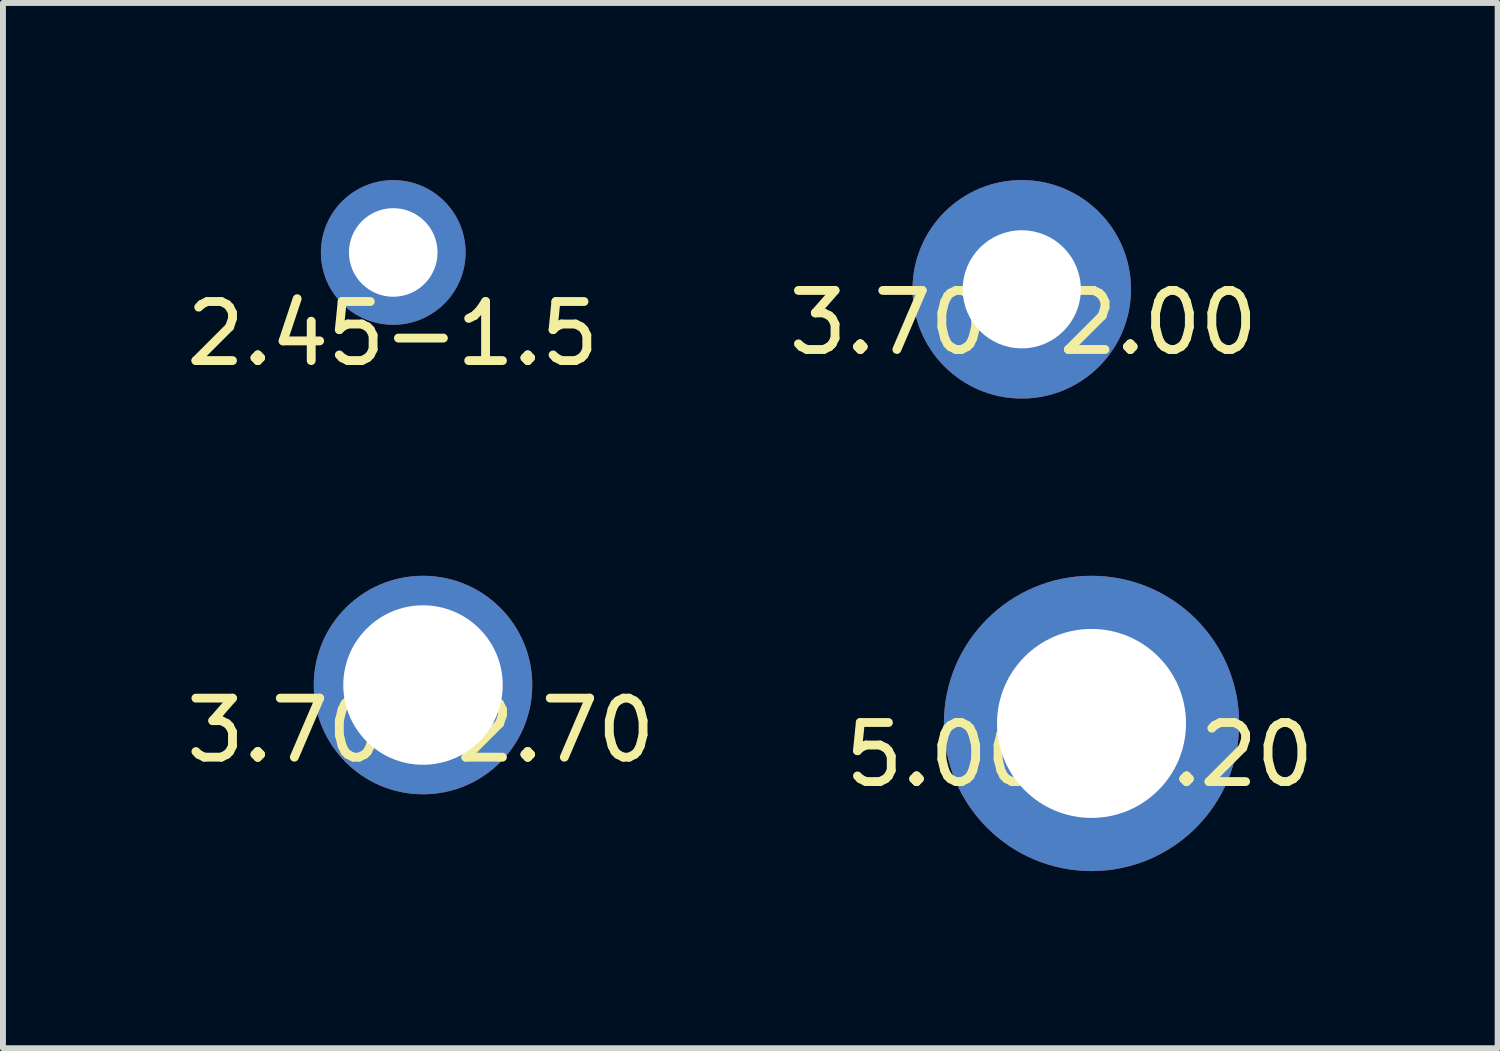
<source format=kicad_pcb>
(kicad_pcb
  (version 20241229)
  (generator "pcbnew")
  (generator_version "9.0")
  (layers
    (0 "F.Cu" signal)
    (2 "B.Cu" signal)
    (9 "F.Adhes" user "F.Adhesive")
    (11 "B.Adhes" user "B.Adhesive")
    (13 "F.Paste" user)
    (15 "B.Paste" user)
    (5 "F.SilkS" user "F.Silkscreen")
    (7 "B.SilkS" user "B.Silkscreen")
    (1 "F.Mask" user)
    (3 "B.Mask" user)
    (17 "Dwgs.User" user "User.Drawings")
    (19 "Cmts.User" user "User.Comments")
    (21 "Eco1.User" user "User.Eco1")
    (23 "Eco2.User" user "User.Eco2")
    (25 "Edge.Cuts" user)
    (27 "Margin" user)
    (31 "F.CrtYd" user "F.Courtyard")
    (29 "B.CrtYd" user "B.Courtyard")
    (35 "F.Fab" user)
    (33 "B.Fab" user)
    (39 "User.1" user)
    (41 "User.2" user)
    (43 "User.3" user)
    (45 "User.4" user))
  (footprint "5.00-3.20"
    (layer "F.Cu")
    (at 15.232 9.23)
    (property "Reference" "5.00-3.20" (at 0 0.5 0) (layer "F.SilkS") (effects (font (size 1 1) (thickness 0.15))))
    (attr through_hole)
    (pad "1" thru_hole circle (at 0.201 -0.03) (size 5 5) (drill 3.2) (layers "*.Cu" "*.Mask")))
  (footprint "2.45-1.5"
    (layer "F.Cu")
    (at 3.601 2.101)
    (property "Reference" "2.45-1.5" (at 0 0.5 0) (layer "F.SilkS") (effects (font (size 1 1) (thickness 0.15))))
    (attr through_hole)
    (pad "1" thru_hole circle (at 0.008 -0.876) (size 2.45 2.45) (drill 1.5) (layers "*.Cu" "*.Mask")))
  (footprint "3.70-2.00"
    (layer "F.Cu")
    (at 14.28 1.913)
    (property "Reference" "3.70-2.00" (at 0 0.5 0) (layer "F.SilkS") (effects (font (size 1 1) (thickness 0.15))))
    (attr through_hole)
    (pad "1" thru_hole circle (at -0.028 -0.064) (size 3.7 3.7) (drill 2) (layers "*.Cu" "*.Mask")))
  (footprint "3.70-2.70"
    (layer "F.Cu")
    (at 4.077 8.817)
    (property "Reference" "3.70-2.70" (at 0 0.5 0) (layer "F.SilkS") (effects (font (size 1 1) (thickness 0.15))))
    (attr through_hole)
    (pad "1" thru_hole circle (at 0.036 -0.267) (size 3.7 3.7) (drill 2.7) (layers "*.Cu" "*.Mask")))
  (gr_rect
    (start -3 -3)
    (end 22.31 14.7)
    (stroke (width 0.1) (type default))
    (fill no)
    (layer "Edge.Cuts")))
</source>
